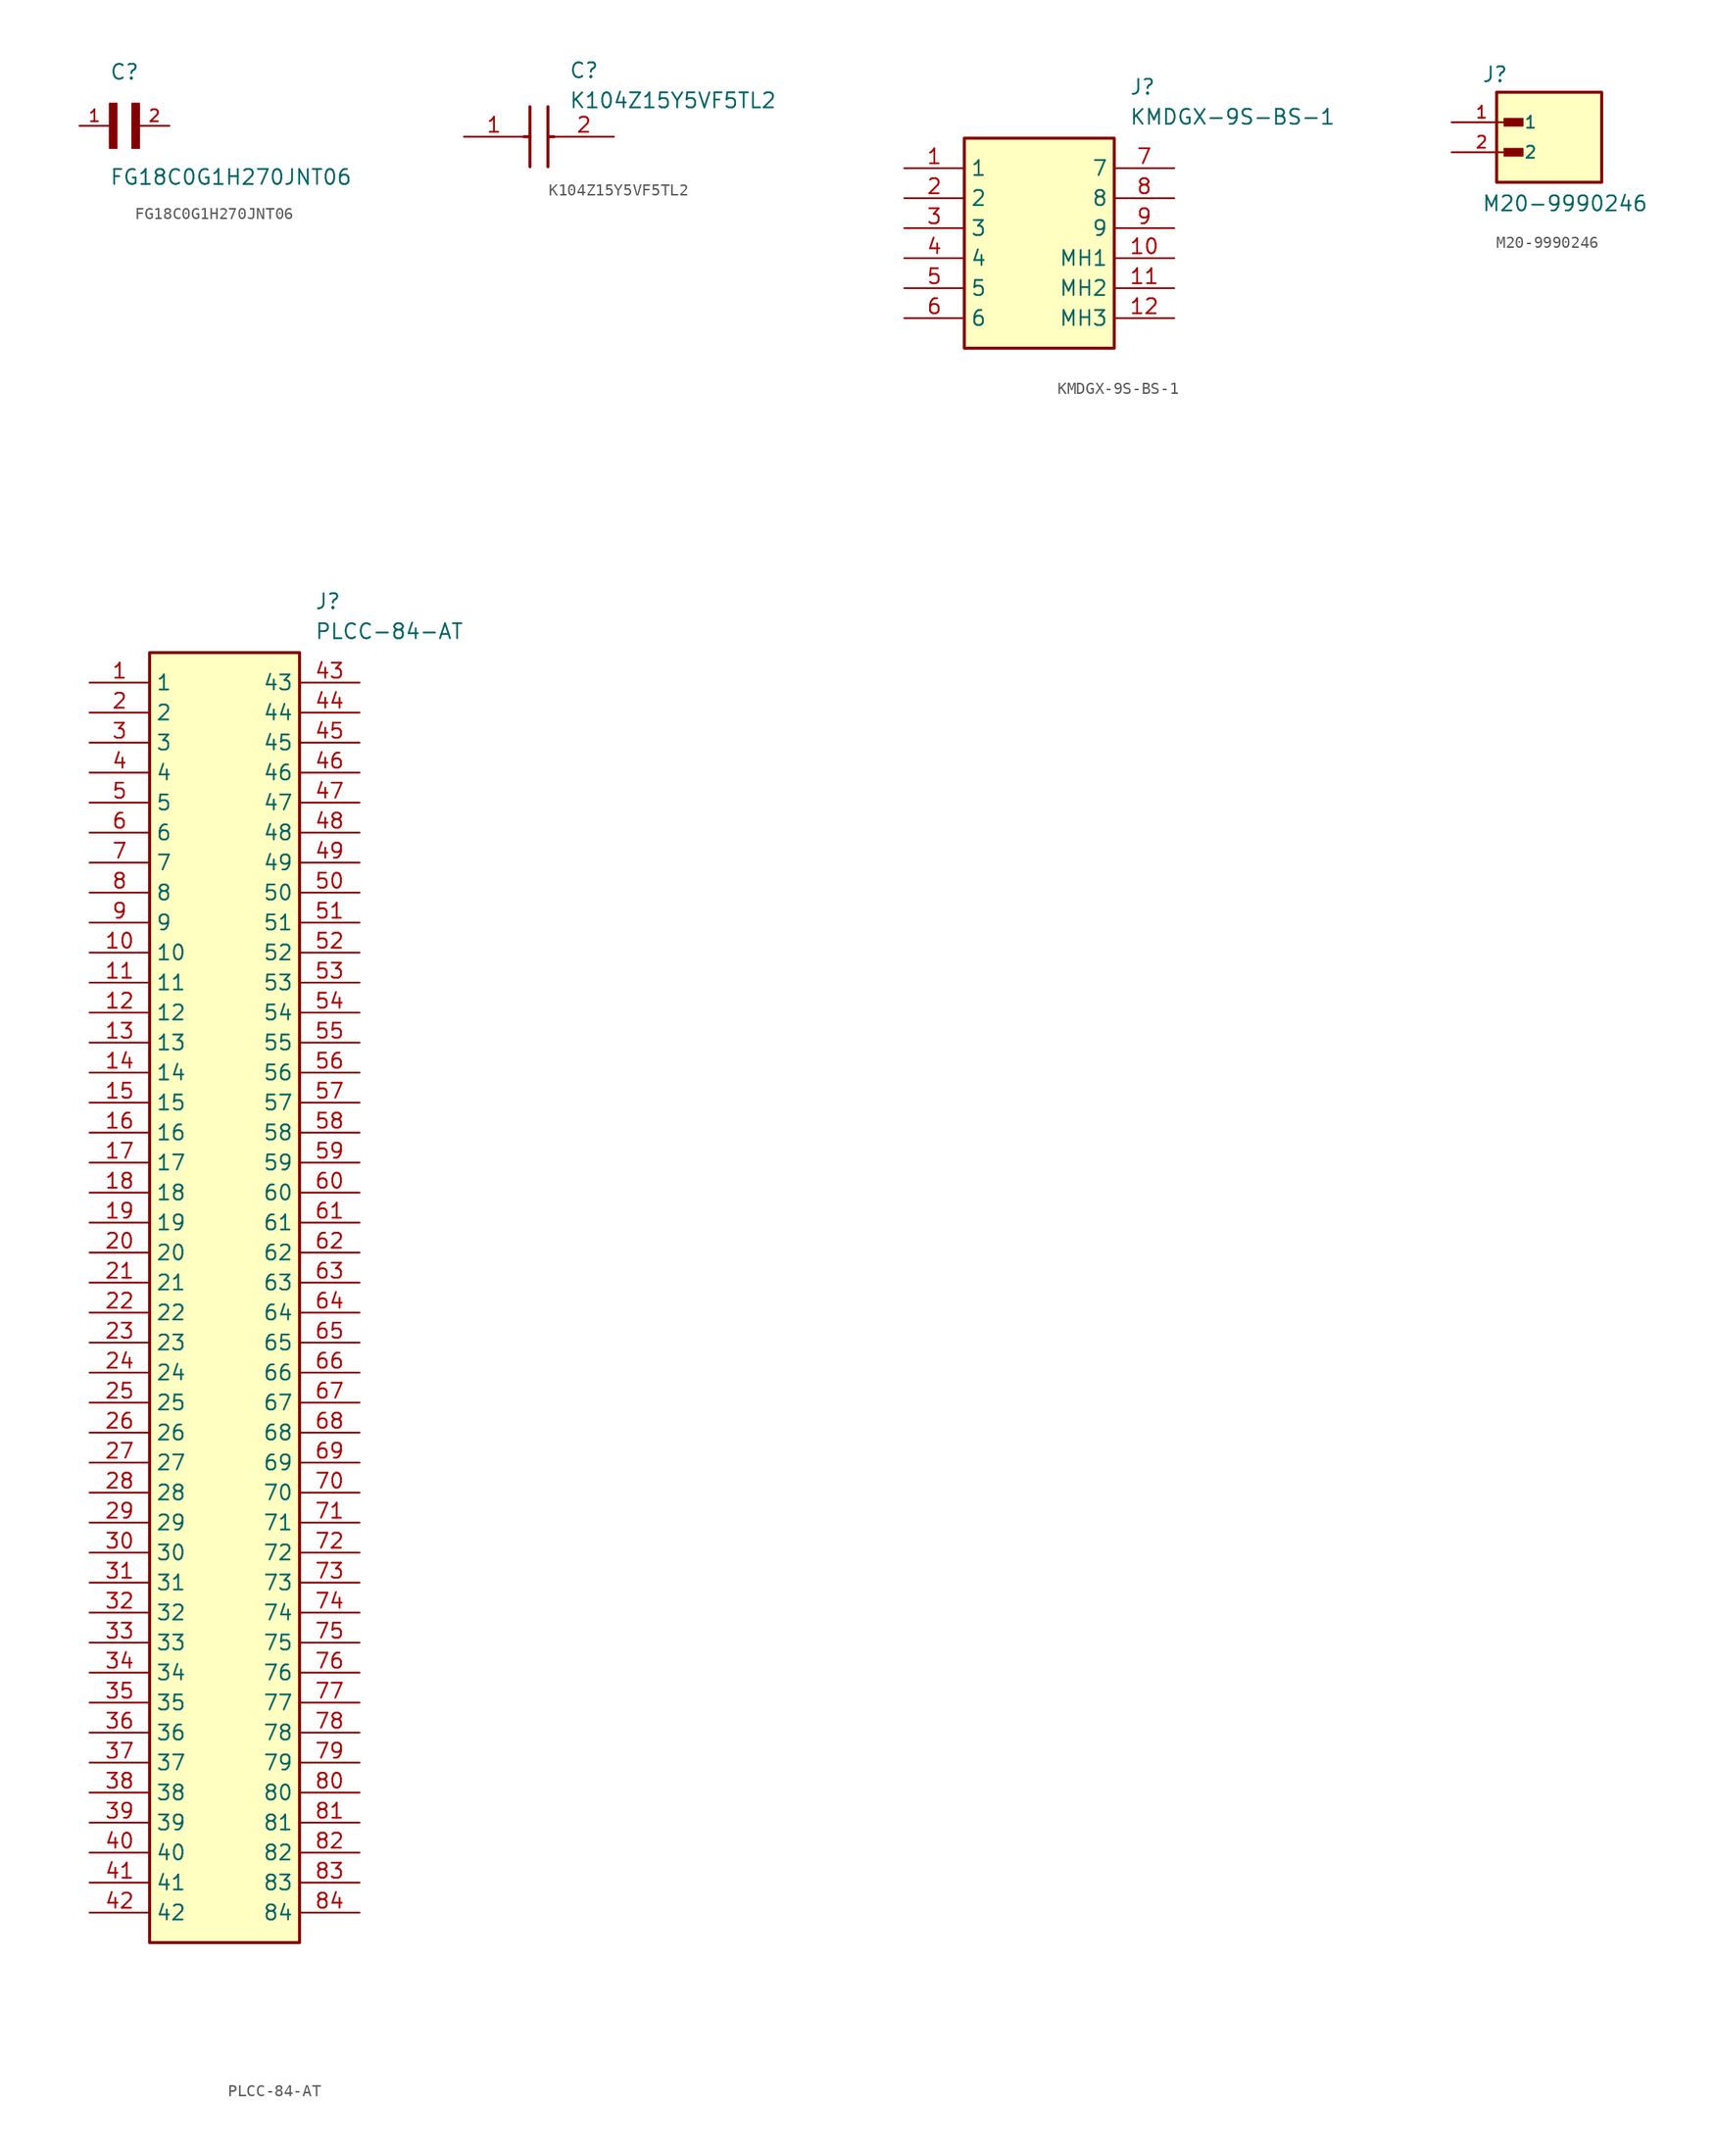
<source format=kicad_sym>
(kicad_symbol_lib
  (version 20211014)
  (generator SamacSys_ECAD_Model)
  (symbol "FG18C0G1H270JNT06"
    (pin_names
      (offset 1.016))
    (property "Reference" "C"
      (at 0 3.811 0)
      (effects (font (size 1.27 1.27)) (justify left bottom)))
    (property "Value" "FG18C0G1H270JNT06"
      (at 0 -5.088 0)
      (effects (font (size 1.27 1.27)) (justify left bottom)))
    (symbol "FG18C0G1H270JNT06_0_0"
      (rectangle (start 0 -1.907) (end 0.635 1.905) (stroke (width 0.1) (type default)) (fill (type outline)))
      (rectangle (start 1.907 -1.907) (end 2.54 1.905) (stroke (width 0.1) (type default)) (fill (type outline)))
      (pin passive line (at -2.54 0 0) (length 2.54) (name "~" (effects (font (size 1.016 1.016)))) (number "1" (effects (font (size 1.016 1.016)))))
      (pin passive line (at 5.08 0 180) (length 2.54) (name "~" (effects (font (size 1.016 1.016)))) (number "2" (effects (font (size 1.016 1.016)))))))
  (symbol "K104Z15Y5VF5TL2"
    (pin_names
      (hide yes))
    (property "Reference" "C"
      (at 8.89 6.35 0)
      (effects (font (size 1.27 1.27)) (justify left top)))
    (property "Value" "K104Z15Y5VF5TL2"
      (at 8.89 3.81 0)
      (effects (font (size 1.27 1.27)) (justify left top)))
    (symbol "K104Z15Y5VF5TL2_1_1"
      (polyline (pts (xy 5.08 0) (xy 5.588 0)) (stroke (width 0.254) (type default)) (fill (type none)))
      (polyline (pts (xy 5.588 2.54) (xy 5.588 -2.54)) (stroke (width 0.254) (type default)) (fill (type none)))
      (polyline (pts (xy 7.112 2.54) (xy 7.112 -2.54)) (stroke (width 0.254) (type default)) (fill (type none)))
      (polyline (pts (xy 7.112 0) (xy 7.62 0)) (stroke (width 0.254) (type default)) (fill (type none)))
      (pin passive line (at 0 0 0) (length 5.08) (name "+" (effects (font (size 1.27 1.27)))) (number "1" (effects (font (size 1.27 1.27)))))
      (pin passive line (at 12.7 0 180) (length 5.08) (name "-" (effects (font (size 1.27 1.27)))) (number "2" (effects (font (size 1.27 1.27)))))))
  (symbol "KMDGX-9S-BS-1"
    (property "Reference" "J"
      (at 19.05 7.62 0)
      (effects (font (size 1.27 1.27)) (justify left top)))
    (property "Value" "KMDGX-9S-BS-1"
      (at 19.05 5.08 0)
      (effects (font (size 1.27 1.27)) (justify left top)))
    (symbol "KMDGX-9S-BS-1_1_1"
      (rectangle (start 5.08 2.54) (end 17.78 -15.24) (stroke (width 0.254) (type default)) (fill (type background)))
      (pin passive line (at 0 0 0) (length 5.08) (name "1" (effects (font (size 1.27 1.27)))) (number "1" (effects (font (size 1.27 1.27)))))
      (pin passive line (at 0 -2.54 0) (length 5.08) (name "2" (effects (font (size 1.27 1.27)))) (number "2" (effects (font (size 1.27 1.27)))))
      (pin passive line (at 0 -5.08 0) (length 5.08) (name "3" (effects (font (size 1.27 1.27)))) (number "3" (effects (font (size 1.27 1.27)))))
      (pin passive line (at 0 -7.62 0) (length 5.08) (name "4" (effects (font (size 1.27 1.27)))) (number "4" (effects (font (size 1.27 1.27)))))
      (pin passive line (at 0 -10.16 0) (length 5.08) (name "5" (effects (font (size 1.27 1.27)))) (number "5" (effects (font (size 1.27 1.27)))))
      (pin passive line (at 0 -12.7 0) (length 5.08) (name "6" (effects (font (size 1.27 1.27)))) (number "6" (effects (font (size 1.27 1.27)))))
      (pin passive line (at 22.86 0 180) (length 5.08) (name "7" (effects (font (size 1.27 1.27)))) (number "7" (effects (font (size 1.27 1.27)))))
      (pin passive line (at 22.86 -2.54 180) (length 5.08) (name "8" (effects (font (size 1.27 1.27)))) (number "8" (effects (font (size 1.27 1.27)))))
      (pin passive line (at 22.86 -5.08 180) (length 5.08) (name "9" (effects (font (size 1.27 1.27)))) (number "9" (effects (font (size 1.27 1.27)))))
      (pin passive line (at 22.86 -7.62 180) (length 5.08) (name "MH1" (effects (font (size 1.27 1.27)))) (number "10" (effects (font (size 1.27 1.27)))))
      (pin passive line (at 22.86 -10.16 180) (length 5.08) (name "MH2" (effects (font (size 1.27 1.27)))) (number "11" (effects (font (size 1.27 1.27)))))
      (pin passive line (at 22.86 -12.7 180) (length 5.08) (name "MH3" (effects (font (size 1.27 1.27)))) (number "12" (effects (font (size 1.27 1.27)))))))
  (symbol "M20-9990246"
    (pin_names
      (offset 1.016))
    (property "Reference" "J"
      (at -5.08 5.842 0)
      (effects (font (size 1.27 1.27)) (justify left bottom)))
    (property "Value" "M20-9990246"
      (at -5.08 -5.08 0)
      (effects (font (size 1.27 1.27)) (justify left bottom)))
    (symbol "M20-9990246_0_0"
      (rectangle (start -3.81 -2.54) (end 5.08 5.08) (stroke (width 0.254) (type default)) (fill (type background)))
      (rectangle (start -3.175 2.223) (end -1.587 2.857) (stroke (width 0.1) (type default)) (fill (type outline)))
      (rectangle (start -3.175 -0.318) (end -1.587 0.318) (stroke (width 0.1) (type default)) (fill (type outline)))
      (pin passive line (at -7.62 2.54 0) (length 5.08) (name "1" (effects (font (size 1.016 1.016)))) (number "1" (effects (font (size 1.016 1.016)))))
      (pin passive line (at -7.62 0 0) (length 5.08) (name "2" (effects (font (size 1.016 1.016)))) (number "2" (effects (font (size 1.016 1.016)))))))
  (symbol "PLCC-84-AT"
    (property "Reference" "J"
      (at 19.05 7.62 0)
      (effects (font (size 1.27 1.27)) (justify left top)))
    (property "Value" "PLCC-84-AT"
      (at 19.05 5.08 0)
      (effects (font (size 1.27 1.27)) (justify left top)))
    (symbol "PLCC-84-AT_1_1"
      (rectangle (start 5.08 2.54) (end 17.78 -106.68) (stroke (width 0.254) (type default)) (fill (type background)))
      (pin passive line (at 0 0 0) (length 5.08) (name "1" (effects (font (size 1.27 1.27)))) (number "1" (effects (font (size 1.27 1.27)))))
      (pin passive line (at 0 -2.54 0) (length 5.08) (name "2" (effects (font (size 1.27 1.27)))) (number "2" (effects (font (size 1.27 1.27)))))
      (pin passive line (at 0 -5.08 0) (length 5.08) (name "3" (effects (font (size 1.27 1.27)))) (number "3" (effects (font (size 1.27 1.27)))))
      (pin passive line (at 0 -7.62 0) (length 5.08) (name "4" (effects (font (size 1.27 1.27)))) (number "4" (effects (font (size 1.27 1.27)))))
      (pin passive line (at 0 -10.16 0) (length 5.08) (name "5" (effects (font (size 1.27 1.27)))) (number "5" (effects (font (size 1.27 1.27)))))
      (pin passive line (at 0 -12.7 0) (length 5.08) (name "6" (effects (font (size 1.27 1.27)))) (number "6" (effects (font (size 1.27 1.27)))))
      (pin passive line (at 0 -15.24 0) (length 5.08) (name "7" (effects (font (size 1.27 1.27)))) (number "7" (effects (font (size 1.27 1.27)))))
      (pin passive line (at 0 -17.78 0) (length 5.08) (name "8" (effects (font (size 1.27 1.27)))) (number "8" (effects (font (size 1.27 1.27)))))
      (pin passive line (at 0 -20.32 0) (length 5.08) (name "9" (effects (font (size 1.27 1.27)))) (number "9" (effects (font (size 1.27 1.27)))))
      (pin passive line (at 0 -22.86 0) (length 5.08) (name "10" (effects (font (size 1.27 1.27)))) (number "10" (effects (font (size 1.27 1.27)))))
      (pin passive line (at 0 -25.4 0) (length 5.08) (name "11" (effects (font (size 1.27 1.27)))) (number "11" (effects (font (size 1.27 1.27)))))
      (pin passive line (at 0 -27.94 0) (length 5.08) (name "12" (effects (font (size 1.27 1.27)))) (number "12" (effects (font (size 1.27 1.27)))))
      (pin passive line (at 0 -30.48 0) (length 5.08) (name "13" (effects (font (size 1.27 1.27)))) (number "13" (effects (font (size 1.27 1.27)))))
      (pin passive line (at 0 -33.02 0) (length 5.08) (name "14" (effects (font (size 1.27 1.27)))) (number "14" (effects (font (size 1.27 1.27)))))
      (pin passive line (at 0 -35.56 0) (length 5.08) (name "15" (effects (font (size 1.27 1.27)))) (number "15" (effects (font (size 1.27 1.27)))))
      (pin passive line (at 0 -38.1 0) (length 5.08) (name "16" (effects (font (size 1.27 1.27)))) (number "16" (effects (font (size 1.27 1.27)))))
      (pin passive line (at 0 -40.64 0) (length 5.08) (name "17" (effects (font (size 1.27 1.27)))) (number "17" (effects (font (size 1.27 1.27)))))
      (pin passive line (at 0 -43.18 0) (length 5.08) (name "18" (effects (font (size 1.27 1.27)))) (number "18" (effects (font (size 1.27 1.27)))))
      (pin passive line (at 0 -45.72 0) (length 5.08) (name "19" (effects (font (size 1.27 1.27)))) (number "19" (effects (font (size 1.27 1.27)))))
      (pin passive line (at 0 -48.26 0) (length 5.08) (name "20" (effects (font (size 1.27 1.27)))) (number "20" (effects (font (size 1.27 1.27)))))
      (pin passive line (at 0 -50.8 0) (length 5.08) (name "21" (effects (font (size 1.27 1.27)))) (number "21" (effects (font (size 1.27 1.27)))))
      (pin passive line (at 0 -53.34 0) (length 5.08) (name "22" (effects (font (size 1.27 1.27)))) (number "22" (effects (font (size 1.27 1.27)))))
      (pin passive line (at 0 -55.88 0) (length 5.08) (name "23" (effects (font (size 1.27 1.27)))) (number "23" (effects (font (size 1.27 1.27)))))
      (pin passive line (at 0 -58.42 0) (length 5.08) (name "24" (effects (font (size 1.27 1.27)))) (number "24" (effects (font (size 1.27 1.27)))))
      (pin passive line (at 0 -60.96 0) (length 5.08) (name "25" (effects (font (size 1.27 1.27)))) (number "25" (effects (font (size 1.27 1.27)))))
      (pin passive line (at 0 -63.5 0) (length 5.08) (name "26" (effects (font (size 1.27 1.27)))) (number "26" (effects (font (size 1.27 1.27)))))
      (pin passive line (at 0 -66.04 0) (length 5.08) (name "27" (effects (font (size 1.27 1.27)))) (number "27" (effects (font (size 1.27 1.27)))))
      (pin passive line (at 0 -68.58 0) (length 5.08) (name "28" (effects (font (size 1.27 1.27)))) (number "28" (effects (font (size 1.27 1.27)))))
      (pin passive line (at 0 -71.12 0) (length 5.08) (name "29" (effects (font (size 1.27 1.27)))) (number "29" (effects (font (size 1.27 1.27)))))
      (pin passive line (at 0 -73.66 0) (length 5.08) (name "30" (effects (font (size 1.27 1.27)))) (number "30" (effects (font (size 1.27 1.27)))))
      (pin passive line (at 0 -76.2 0) (length 5.08) (name "31" (effects (font (size 1.27 1.27)))) (number "31" (effects (font (size 1.27 1.27)))))
      (pin passive line (at 0 -78.74 0) (length 5.08) (name "32" (effects (font (size 1.27 1.27)))) (number "32" (effects (font (size 1.27 1.27)))))
      (pin passive line (at 0 -81.28 0) (length 5.08) (name "33" (effects (font (size 1.27 1.27)))) (number "33" (effects (font (size 1.27 1.27)))))
      (pin passive line (at 0 -83.82 0) (length 5.08) (name "34" (effects (font (size 1.27 1.27)))) (number "34" (effects (font (size 1.27 1.27)))))
      (pin passive line (at 0 -86.36 0) (length 5.08) (name "35" (effects (font (size 1.27 1.27)))) (number "35" (effects (font (size 1.27 1.27)))))
      (pin passive line (at 0 -88.9 0) (length 5.08) (name "36" (effects (font (size 1.27 1.27)))) (number "36" (effects (font (size 1.27 1.27)))))
      (pin passive line (at 0 -91.44 0) (length 5.08) (name "37" (effects (font (size 1.27 1.27)))) (number "37" (effects (font (size 1.27 1.27)))))
      (pin passive line (at 0 -93.98 0) (length 5.08) (name "38" (effects (font (size 1.27 1.27)))) (number "38" (effects (font (size 1.27 1.27)))))
      (pin passive line (at 0 -96.52 0) (length 5.08) (name "39" (effects (font (size 1.27 1.27)))) (number "39" (effects (font (size 1.27 1.27)))))
      (pin passive line (at 0 -99.06 0) (length 5.08) (name "40" (effects (font (size 1.27 1.27)))) (number "40" (effects (font (size 1.27 1.27)))))
      (pin passive line (at 0 -101.6 0) (length 5.08) (name "41" (effects (font (size 1.27 1.27)))) (number "41" (effects (font (size 1.27 1.27)))))
      (pin passive line (at 0 -104.14 0) (length 5.08) (name "42" (effects (font (size 1.27 1.27)))) (number "42" (effects (font (size 1.27 1.27)))))
      (pin passive line (at 22.86 0 180) (length 5.08) (name "43" (effects (font (size 1.27 1.27)))) (number "43" (effects (font (size 1.27 1.27)))))
      (pin passive line (at 22.86 -2.54 180) (length 5.08) (name "44" (effects (font (size 1.27 1.27)))) (number "44" (effects (font (size 1.27 1.27)))))
      (pin passive line (at 22.86 -5.08 180) (length 5.08) (name "45" (effects (font (size 1.27 1.27)))) (number "45" (effects (font (size 1.27 1.27)))))
      (pin passive line (at 22.86 -7.62 180) (length 5.08) (name "46" (effects (font (size 1.27 1.27)))) (number "46" (effects (font (size 1.27 1.27)))))
      (pin passive line (at 22.86 -10.16 180) (length 5.08) (name "47" (effects (font (size 1.27 1.27)))) (number "47" (effects (font (size 1.27 1.27)))))
      (pin passive line (at 22.86 -12.7 180) (length 5.08) (name "48" (effects (font (size 1.27 1.27)))) (number "48" (effects (font (size 1.27 1.27)))))
      (pin passive line (at 22.86 -15.24 180) (length 5.08) (name "49" (effects (font (size 1.27 1.27)))) (number "49" (effects (font (size 1.27 1.27)))))
      (pin passive line (at 22.86 -17.78 180) (length 5.08) (name "50" (effects (font (size 1.27 1.27)))) (number "50" (effects (font (size 1.27 1.27)))))
      (pin passive line (at 22.86 -20.32 180) (length 5.08) (name "51" (effects (font (size 1.27 1.27)))) (number "51" (effects (font (size 1.27 1.27)))))
      (pin passive line (at 22.86 -22.86 180) (length 5.08) (name "52" (effects (font (size 1.27 1.27)))) (number "52" (effects (font (size 1.27 1.27)))))
      (pin passive line (at 22.86 -25.4 180) (length 5.08) (name "53" (effects (font (size 1.27 1.27)))) (number "53" (effects (font (size 1.27 1.27)))))
      (pin passive line (at 22.86 -27.94 180) (length 5.08) (name "54" (effects (font (size 1.27 1.27)))) (number "54" (effects (font (size 1.27 1.27)))))
      (pin passive line (at 22.86 -30.48 180) (length 5.08) (name "55" (effects (font (size 1.27 1.27)))) (number "55" (effects (font (size 1.27 1.27)))))
      (pin passive line (at 22.86 -33.02 180) (length 5.08) (name "56" (effects (font (size 1.27 1.27)))) (number "56" (effects (font (size 1.27 1.27)))))
      (pin passive line (at 22.86 -35.56 180) (length 5.08) (name "57" (effects (font (size 1.27 1.27)))) (number "57" (effects (font (size 1.27 1.27)))))
      (pin passive line (at 22.86 -38.1 180) (length 5.08) (name "58" (effects (font (size 1.27 1.27)))) (number "58" (effects (font (size 1.27 1.27)))))
      (pin passive line (at 22.86 -40.64 180) (length 5.08) (name "59" (effects (font (size 1.27 1.27)))) (number "59" (effects (font (size 1.27 1.27)))))
      (pin passive line (at 22.86 -43.18 180) (length 5.08) (name "60" (effects (font (size 1.27 1.27)))) (number "60" (effects (font (size 1.27 1.27)))))
      (pin passive line (at 22.86 -45.72 180) (length 5.08) (name "61" (effects (font (size 1.27 1.27)))) (number "61" (effects (font (size 1.27 1.27)))))
      (pin passive line (at 22.86 -48.26 180) (length 5.08) (name "62" (effects (font (size 1.27 1.27)))) (number "62" (effects (font (size 1.27 1.27)))))
      (pin passive line (at 22.86 -50.8 180) (length 5.08) (name "63" (effects (font (size 1.27 1.27)))) (number "63" (effects (font (size 1.27 1.27)))))
      (pin passive line (at 22.86 -53.34 180) (length 5.08) (name "64" (effects (font (size 1.27 1.27)))) (number "64" (effects (font (size 1.27 1.27)))))
      (pin passive line (at 22.86 -55.88 180) (length 5.08) (name "65" (effects (font (size 1.27 1.27)))) (number "65" (effects (font (size 1.27 1.27)))))
      (pin passive line (at 22.86 -58.42 180) (length 5.08) (name "66" (effects (font (size 1.27 1.27)))) (number "66" (effects (font (size 1.27 1.27)))))
      (pin passive line (at 22.86 -60.96 180) (length 5.08) (name "67" (effects (font (size 1.27 1.27)))) (number "67" (effects (font (size 1.27 1.27)))))
      (pin passive line (at 22.86 -63.5 180) (length 5.08) (name "68" (effects (font (size 1.27 1.27)))) (number "68" (effects (font (size 1.27 1.27)))))
      (pin passive line (at 22.86 -66.04 180) (length 5.08) (name "69" (effects (font (size 1.27 1.27)))) (number "69" (effects (font (size 1.27 1.27)))))
      (pin passive line (at 22.86 -68.58 180) (length 5.08) (name "70" (effects (font (size 1.27 1.27)))) (number "70" (effects (font (size 1.27 1.27)))))
      (pin passive line (at 22.86 -71.12 180) (length 5.08) (name "71" (effects (font (size 1.27 1.27)))) (number "71" (effects (font (size 1.27 1.27)))))
      (pin passive line (at 22.86 -73.66 180) (length 5.08) (name "72" (effects (font (size 1.27 1.27)))) (number "72" (effects (font (size 1.27 1.27)))))
      (pin passive line (at 22.86 -76.2 180) (length 5.08) (name "73" (effects (font (size 1.27 1.27)))) (number "73" (effects (font (size 1.27 1.27)))))
      (pin passive line (at 22.86 -78.74 180) (length 5.08) (name "74" (effects (font (size 1.27 1.27)))) (number "74" (effects (font (size 1.27 1.27)))))
      (pin passive line (at 22.86 -81.28 180) (length 5.08) (name "75" (effects (font (size 1.27 1.27)))) (number "75" (effects (font (size 1.27 1.27)))))
      (pin passive line (at 22.86 -83.82 180) (length 5.08) (name "76" (effects (font (size 1.27 1.27)))) (number "76" (effects (font (size 1.27 1.27)))))
      (pin passive line (at 22.86 -86.36 180) (length 5.08) (name "77" (effects (font (size 1.27 1.27)))) (number "77" (effects (font (size 1.27 1.27)))))
      (pin passive line (at 22.86 -88.9 180) (length 5.08) (name "78" (effects (font (size 1.27 1.27)))) (number "78" (effects (font (size 1.27 1.27)))))
      (pin passive line (at 22.86 -91.44 180) (length 5.08) (name "79" (effects (font (size 1.27 1.27)))) (number "79" (effects (font (size 1.27 1.27)))))
      (pin passive line (at 22.86 -93.98 180) (length 5.08) (name "80" (effects (font (size 1.27 1.27)))) (number "80" (effects (font (size 1.27 1.27)))))
      (pin passive line (at 22.86 -96.52 180) (length 5.08) (name "81" (effects (font (size 1.27 1.27)))) (number "81" (effects (font (size 1.27 1.27)))))
      (pin passive line (at 22.86 -99.06 180) (length 5.08) (name "82" (effects (font (size 1.27 1.27)))) (number "82" (effects (font (size 1.27 1.27)))))
      (pin passive line (at 22.86 -101.6 180) (length 5.08) (name "83" (effects (font (size 1.27 1.27)))) (number "83" (effects (font (size 1.27 1.27)))))
      (pin passive line (at 22.86 -104.14 180) (length 5.08) (name "84" (effects (font (size 1.27 1.27)))) (number "84" (effects (font (size 1.27 1.27))))))))
</source>
